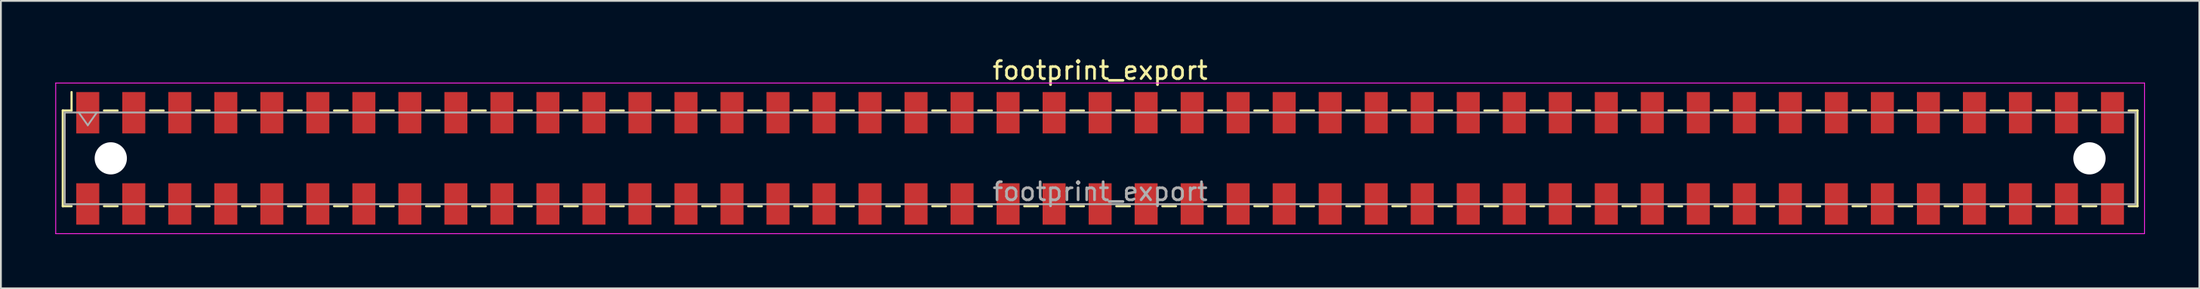
<source format=kicad_pcb>
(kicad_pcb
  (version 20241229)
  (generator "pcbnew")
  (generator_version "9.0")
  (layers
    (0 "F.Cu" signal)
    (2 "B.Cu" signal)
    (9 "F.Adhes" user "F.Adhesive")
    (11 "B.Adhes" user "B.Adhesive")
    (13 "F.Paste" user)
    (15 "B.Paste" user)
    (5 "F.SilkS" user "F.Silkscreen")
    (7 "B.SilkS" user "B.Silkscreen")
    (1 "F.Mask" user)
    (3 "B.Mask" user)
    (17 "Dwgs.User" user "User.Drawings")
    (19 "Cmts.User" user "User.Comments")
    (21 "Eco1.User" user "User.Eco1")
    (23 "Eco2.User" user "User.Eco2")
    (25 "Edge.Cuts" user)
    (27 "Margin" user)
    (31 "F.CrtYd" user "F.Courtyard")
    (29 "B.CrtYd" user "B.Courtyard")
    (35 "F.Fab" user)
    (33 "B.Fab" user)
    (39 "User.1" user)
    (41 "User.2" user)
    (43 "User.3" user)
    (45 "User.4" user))
  (footprint "footprint_export"
    (layer "F.Cu")
    (at 57.675 5.718)
    (property "Reference" "footprint_export" (at 0 -4.87 0) (layer "F.SilkS") (effects (font (size 1 1) (thickness 0.15))))
    (attr smd)
    (fp_line (start -57.26 -2.65) (end -57.26 2.65) (stroke (width 0.12) (type solid)) (layer "F.SilkS"))
    (fp_line (start -57.26 2.65) (end -56.775 2.65) (stroke (width 0.12) (type solid)) (layer "F.SilkS"))
    (fp_line (start -56.775 -3.67) (end -56.775 -2.65) (stroke (width 0.12) (type solid)) (layer "F.SilkS"))
    (fp_line (start -56.775 -2.65) (end -57.26 -2.65) (stroke (width 0.12) (type solid)) (layer "F.SilkS"))
    (fp_line (start -54.985 -2.65) (end -54.235 -2.65) (stroke (width 0.12) (type solid)) (layer "F.SilkS"))
    (fp_line (start -54.985 2.65) (end -54.235 2.65) (stroke (width 0.12) (type solid)) (layer "F.SilkS"))
    (fp_line (start -52.445 -2.65) (end -51.695 -2.65) (stroke (width 0.12) (type solid)) (layer "F.SilkS"))
    (fp_line (start -52.445 2.65) (end -51.695 2.65) (stroke (width 0.12) (type solid)) (layer "F.SilkS"))
    (fp_line (start -49.905 -2.65) (end -49.155 -2.65) (stroke (width 0.12) (type solid)) (layer "F.SilkS"))
    (fp_line (start -49.905 2.65) (end -49.155 2.65) (stroke (width 0.12) (type solid)) (layer "F.SilkS"))
    (fp_line (start -47.365 -2.65) (end -46.615 -2.65) (stroke (width 0.12) (type solid)) (layer "F.SilkS"))
    (fp_line (start -47.365 2.65) (end -46.615 2.65) (stroke (width 0.12) (type solid)) (layer "F.SilkS"))
    (fp_line (start -44.825 -2.65) (end -44.075 -2.65) (stroke (width 0.12) (type solid)) (layer "F.SilkS"))
    (fp_line (start -44.825 2.65) (end -44.075 2.65) (stroke (width 0.12) (type solid)) (layer "F.SilkS"))
    (fp_line (start -42.285 -2.65) (end -41.535 -2.65) (stroke (width 0.12) (type solid)) (layer "F.SilkS"))
    (fp_line (start -42.285 2.65) (end -41.535 2.65) (stroke (width 0.12) (type solid)) (layer "F.SilkS"))
    (fp_line (start -39.745 -2.65) (end -38.995 -2.65) (stroke (width 0.12) (type solid)) (layer "F.SilkS"))
    (fp_line (start -39.745 2.65) (end -38.995 2.65) (stroke (width 0.12) (type solid)) (layer "F.SilkS"))
    (fp_line (start -37.205 -2.65) (end -36.455 -2.65) (stroke (width 0.12) (type solid)) (layer "F.SilkS"))
    (fp_line (start -37.205 2.65) (end -36.455 2.65) (stroke (width 0.12) (type solid)) (layer "F.SilkS"))
    (fp_line (start -34.665 -2.65) (end -33.915 -2.65) (stroke (width 0.12) (type solid)) (layer "F.SilkS"))
    (fp_line (start -34.665 2.65) (end -33.915 2.65) (stroke (width 0.12) (type solid)) (layer "F.SilkS"))
    (fp_line (start -32.125 -2.65) (end -31.375 -2.65) (stroke (width 0.12) (type solid)) (layer "F.SilkS"))
    (fp_line (start -32.125 2.65) (end -31.375 2.65) (stroke (width 0.12) (type solid)) (layer "F.SilkS"))
    (fp_line (start -29.585 -2.65) (end -28.835 -2.65) (stroke (width 0.12) (type solid)) (layer "F.SilkS"))
    (fp_line (start -29.585 2.65) (end -28.835 2.65) (stroke (width 0.12) (type solid)) (layer "F.SilkS"))
    (fp_line (start -27.045 -2.65) (end -26.295 -2.65) (stroke (width 0.12) (type solid)) (layer "F.SilkS"))
    (fp_line (start -27.045 2.65) (end -26.295 2.65) (stroke (width 0.12) (type solid)) (layer "F.SilkS"))
    (fp_line (start -24.505 -2.65) (end -23.755 -2.65) (stroke (width 0.12) (type solid)) (layer "F.SilkS"))
    (fp_line (start -24.505 2.65) (end -23.755 2.65) (stroke (width 0.12) (type solid)) (layer "F.SilkS"))
    (fp_line (start -21.965 -2.65) (end -21.215 -2.65) (stroke (width 0.12) (type solid)) (layer "F.SilkS"))
    (fp_line (start -21.965 2.65) (end -21.215 2.65) (stroke (width 0.12) (type solid)) (layer "F.SilkS"))
    (fp_line (start -19.425 -2.65) (end -18.675 -2.65) (stroke (width 0.12) (type solid)) (layer "F.SilkS"))
    (fp_line (start -19.425 2.65) (end -18.675 2.65) (stroke (width 0.12) (type solid)) (layer "F.SilkS"))
    (fp_line (start -16.885 -2.65) (end -16.135 -2.65) (stroke (width 0.12) (type solid)) (layer "F.SilkS"))
    (fp_line (start -16.885 2.65) (end -16.135 2.65) (stroke (width 0.12) (type solid)) (layer "F.SilkS"))
    (fp_line (start -14.345 -2.65) (end -13.595 -2.65) (stroke (width 0.12) (type solid)) (layer "F.SilkS"))
    (fp_line (start -14.345 2.65) (end -13.595 2.65) (stroke (width 0.12) (type solid)) (layer "F.SilkS"))
    (fp_line (start -11.805 -2.65) (end -11.055 -2.65) (stroke (width 0.12) (type solid)) (layer "F.SilkS"))
    (fp_line (start -11.805 2.65) (end -11.055 2.65) (stroke (width 0.12) (type solid)) (layer "F.SilkS"))
    (fp_line (start -9.265 -2.65) (end -8.515 -2.65) (stroke (width 0.12) (type solid)) (layer "F.SilkS"))
    (fp_line (start -9.265 2.65) (end -8.515 2.65) (stroke (width 0.12) (type solid)) (layer "F.SilkS"))
    (fp_line (start -6.725 -2.65) (end -5.975 -2.65) (stroke (width 0.12) (type solid)) (layer "F.SilkS"))
    (fp_line (start -6.725 2.65) (end -5.975 2.65) (stroke (width 0.12) (type solid)) (layer "F.SilkS"))
    (fp_line (start -4.185 -2.65) (end -3.435 -2.65) (stroke (width 0.12) (type solid)) (layer "F.SilkS"))
    (fp_line (start -4.185 2.65) (end -3.435 2.65) (stroke (width 0.12) (type solid)) (layer "F.SilkS"))
    (fp_line (start -1.645 -2.65) (end -0.895 -2.65) (stroke (width 0.12) (type solid)) (layer "F.SilkS"))
    (fp_line (start -1.645 2.65) (end -0.895 2.65) (stroke (width 0.12) (type solid)) (layer "F.SilkS"))
    (fp_line (start 0.895 -2.65) (end 1.645 -2.65) (stroke (width 0.12) (type solid)) (layer "F.SilkS"))
    (fp_line (start 0.895 2.65) (end 1.645 2.65) (stroke (width 0.12) (type solid)) (layer "F.SilkS"))
    (fp_line (start 3.435 -2.65) (end 4.185 -2.65) (stroke (width 0.12) (type solid)) (layer "F.SilkS"))
    (fp_line (start 3.435 2.65) (end 4.185 2.65) (stroke (width 0.12) (type solid)) (layer "F.SilkS"))
    (fp_line (start 5.975 -2.65) (end 6.725 -2.65) (stroke (width 0.12) (type solid)) (layer "F.SilkS"))
    (fp_line (start 5.975 2.65) (end 6.725 2.65) (stroke (width 0.12) (type solid)) (layer "F.SilkS"))
    (fp_line (start 8.515 -2.65) (end 9.265 -2.65) (stroke (width 0.12) (type solid)) (layer "F.SilkS"))
    (fp_line (start 8.515 2.65) (end 9.265 2.65) (stroke (width 0.12) (type solid)) (layer "F.SilkS"))
    (fp_line (start 11.055 -2.65) (end 11.805 -2.65) (stroke (width 0.12) (type solid)) (layer "F.SilkS"))
    (fp_line (start 11.055 2.65) (end 11.805 2.65) (stroke (width 0.12) (type solid)) (layer "F.SilkS"))
    (fp_line (start 13.595 -2.65) (end 14.345 -2.65) (stroke (width 0.12) (type solid)) (layer "F.SilkS"))
    (fp_line (start 13.595 2.65) (end 14.345 2.65) (stroke (width 0.12) (type solid)) (layer "F.SilkS"))
    (fp_line (start 16.135 -2.65) (end 16.885 -2.65) (stroke (width 0.12) (type solid)) (layer "F.SilkS"))
    (fp_line (start 16.135 2.65) (end 16.885 2.65) (stroke (width 0.12) (type solid)) (layer "F.SilkS"))
    (fp_line (start 18.675 -2.65) (end 19.425 -2.65) (stroke (width 0.12) (type solid)) (layer "F.SilkS"))
    (fp_line (start 18.675 2.65) (end 19.425 2.65) (stroke (width 0.12) (type solid)) (layer "F.SilkS"))
    (fp_line (start 21.215 -2.65) (end 21.965 -2.65) (stroke (width 0.12) (type solid)) (layer "F.SilkS"))
    (fp_line (start 21.215 2.65) (end 21.965 2.65) (stroke (width 0.12) (type solid)) (layer "F.SilkS"))
    (fp_line (start 23.755 -2.65) (end 24.505 -2.65) (stroke (width 0.12) (type solid)) (layer "F.SilkS"))
    (fp_line (start 23.755 2.65) (end 24.505 2.65) (stroke (width 0.12) (type solid)) (layer "F.SilkS"))
    (fp_line (start 26.295 -2.65) (end 27.045 -2.65) (stroke (width 0.12) (type solid)) (layer "F.SilkS"))
    (fp_line (start 26.295 2.65) (end 27.045 2.65) (stroke (width 0.12) (type solid)) (layer "F.SilkS"))
    (fp_line (start 28.835 -2.65) (end 29.585 -2.65) (stroke (width 0.12) (type solid)) (layer "F.SilkS"))
    (fp_line (start 28.835 2.65) (end 29.585 2.65) (stroke (width 0.12) (type solid)) (layer "F.SilkS"))
    (fp_line (start 31.375 -2.65) (end 32.125 -2.65) (stroke (width 0.12) (type solid)) (layer "F.SilkS"))
    (fp_line (start 31.375 2.65) (end 32.125 2.65) (stroke (width 0.12) (type solid)) (layer "F.SilkS"))
    (fp_line (start 33.915 -2.65) (end 34.665 -2.65) (stroke (width 0.12) (type solid)) (layer "F.SilkS"))
    (fp_line (start 33.915 2.65) (end 34.665 2.65) (stroke (width 0.12) (type solid)) (layer "F.SilkS"))
    (fp_line (start 36.455 -2.65) (end 37.205 -2.65) (stroke (width 0.12) (type solid)) (layer "F.SilkS"))
    (fp_line (start 36.455 2.65) (end 37.205 2.65) (stroke (width 0.12) (type solid)) (layer "F.SilkS"))
    (fp_line (start 38.995 -2.65) (end 39.745 -2.65) (stroke (width 0.12) (type solid)) (layer "F.SilkS"))
    (fp_line (start 38.995 2.65) (end 39.745 2.65) (stroke (width 0.12) (type solid)) (layer "F.SilkS"))
    (fp_line (start 41.535 -2.65) (end 42.285 -2.65) (stroke (width 0.12) (type solid)) (layer "F.SilkS"))
    (fp_line (start 41.535 2.65) (end 42.285 2.65) (stroke (width 0.12) (type solid)) (layer "F.SilkS"))
    (fp_line (start 44.075 -2.65) (end 44.825 -2.65) (stroke (width 0.12) (type solid)) (layer "F.SilkS"))
    (fp_line (start 44.075 2.65) (end 44.825 2.65) (stroke (width 0.12) (type solid)) (layer "F.SilkS"))
    (fp_line (start 46.615 -2.65) (end 47.365 -2.65) (stroke (width 0.12) (type solid)) (layer "F.SilkS"))
    (fp_line (start 46.615 2.65) (end 47.365 2.65) (stroke (width 0.12) (type solid)) (layer "F.SilkS"))
    (fp_line (start 49.155 -2.65) (end 49.905 -2.65) (stroke (width 0.12) (type solid)) (layer "F.SilkS"))
    (fp_line (start 49.155 2.65) (end 49.905 2.65) (stroke (width 0.12) (type solid)) (layer "F.SilkS"))
    (fp_line (start 51.695 -2.65) (end 52.445 -2.65) (stroke (width 0.12) (type solid)) (layer "F.SilkS"))
    (fp_line (start 51.695 2.65) (end 52.445 2.65) (stroke (width 0.12) (type solid)) (layer "F.SilkS"))
    (fp_line (start 54.235 -2.65) (end 54.985 -2.65) (stroke (width 0.12) (type solid)) (layer "F.SilkS"))
    (fp_line (start 54.235 2.65) (end 54.985 2.65) (stroke (width 0.12) (type solid)) (layer "F.SilkS"))
    (fp_line (start 56.775 -2.65) (end 57.26 -2.65) (stroke (width 0.12) (type solid)) (layer "F.SilkS"))
    (fp_line (start 57.26 -2.65) (end 57.26 2.65) (stroke (width 0.12) (type solid)) (layer "F.SilkS"))
    (fp_line (start 57.26 2.65) (end 56.775 2.65) (stroke (width 0.12) (type solid)) (layer "F.SilkS"))
    (fp_line (start -57.65 -4.17) (end 57.65 -4.17) (stroke (width 0.05) (type solid)) (layer "F.CrtYd"))
    (fp_line (start -57.65 4.17) (end -57.65 -4.17) (stroke (width 0.05) (type solid)) (layer "F.CrtYd"))
    (fp_line (start 57.65 -4.17) (end 57.65 4.17) (stroke (width 0.05) (type solid)) (layer "F.CrtYd"))
    (fp_line (start 57.65 4.17) (end -57.65 4.17) (stroke (width 0.05) (type solid)) (layer "F.CrtYd"))
    (fp_line (start -57.15 -2.54) (end 57.15 -2.54) (stroke (width 0.1) (type solid)) (layer "F.Fab"))
    (fp_line (start -57.15 2.54) (end -57.15 -2.54) (stroke (width 0.1) (type solid)) (layer "F.Fab"))
    (fp_line (start -56.38 -2.54) (end -55.88 -1.833) (stroke (width 0.1) (type solid)) (layer "F.Fab"))
    (fp_line (start -55.88 -1.833) (end -55.38 -2.54) (stroke (width 0.1) (type solid)) (layer "F.Fab"))
    (fp_line (start 57.15 -2.54) (end 57.15 2.54) (stroke (width 0.1) (type solid)) (layer "F.Fab"))
    (fp_line (start 57.15 2.54) (end -57.15 2.54) (stroke (width 0.1) (type solid)) (layer "F.Fab"))
    (fp_text user "${REFERENCE}" (at 0 1.84 0) (layer "F.Fab") (effects (font (size 1 1) (thickness 0.15))))
    (pad "" np_thru_hole circle (at -54.61 0) (size 1.78 1.78) (drill 1.78) (layers "*.Cu" "*.Mask"))
    (pad "" np_thru_hole circle (at 54.61 0) (size 1.78 1.78) (drill 1.78) (layers "*.Cu" "*.Mask"))
    (pad "1" smd rect (at -55.88 -2.525) (size 1.27 2.29) (layers "F.Cu" "F.Mask" "F.Paste"))
    (pad "2" smd rect (at -55.88 2.525) (size 1.27 2.29) (layers "F.Cu" "F.Mask" "F.Paste"))
    (pad "3" smd rect (at -53.34 -2.525) (size 1.27 2.29) (layers "F.Cu" "F.Mask" "F.Paste"))
    (pad "4" smd rect (at -53.34 2.525) (size 1.27 2.29) (layers "F.Cu" "F.Mask" "F.Paste"))
    (pad "5" smd rect (at -50.8 -2.525) (size 1.27 2.29) (layers "F.Cu" "F.Mask" "F.Paste"))
    (pad "6" smd rect (at -50.8 2.525) (size 1.27 2.29) (layers "F.Cu" "F.Mask" "F.Paste"))
    (pad "7" smd rect (at -48.26 -2.525) (size 1.27 2.29) (layers "F.Cu" "F.Mask" "F.Paste"))
    (pad "8" smd rect (at -48.26 2.525) (size 1.27 2.29) (layers "F.Cu" "F.Mask" "F.Paste"))
    (pad "9" smd rect (at -45.72 -2.525) (size 1.27 2.29) (layers "F.Cu" "F.Mask" "F.Paste"))
    (pad "10" smd rect (at -45.72 2.525) (size 1.27 2.29) (layers "F.Cu" "F.Mask" "F.Paste"))
    (pad "11" smd rect (at -43.18 -2.525) (size 1.27 2.29) (layers "F.Cu" "F.Mask" "F.Paste"))
    (pad "12" smd rect (at -43.18 2.525) (size 1.27 2.29) (layers "F.Cu" "F.Mask" "F.Paste"))
    (pad "13" smd rect (at -40.64 -2.525) (size 1.27 2.29) (layers "F.Cu" "F.Mask" "F.Paste"))
    (pad "14" smd rect (at -40.64 2.525) (size 1.27 2.29) (layers "F.Cu" "F.Mask" "F.Paste"))
    (pad "15" smd rect (at -38.1 -2.525) (size 1.27 2.29) (layers "F.Cu" "F.Mask" "F.Paste"))
    (pad "16" smd rect (at -38.1 2.525) (size 1.27 2.29) (layers "F.Cu" "F.Mask" "F.Paste"))
    (pad "17" smd rect (at -35.56 -2.525) (size 1.27 2.29) (layers "F.Cu" "F.Mask" "F.Paste"))
    (pad "18" smd rect (at -35.56 2.525) (size 1.27 2.29) (layers "F.Cu" "F.Mask" "F.Paste"))
    (pad "19" smd rect (at -33.02 -2.525) (size 1.27 2.29) (layers "F.Cu" "F.Mask" "F.Paste"))
    (pad "20" smd rect (at -33.02 2.525) (size 1.27 2.29) (layers "F.Cu" "F.Mask" "F.Paste"))
    (pad "21" smd rect (at -30.48 -2.525) (size 1.27 2.29) (layers "F.Cu" "F.Mask" "F.Paste"))
    (pad "22" smd rect (at -30.48 2.525) (size 1.27 2.29) (layers "F.Cu" "F.Mask" "F.Paste"))
    (pad "23" smd rect (at -27.94 -2.525) (size 1.27 2.29) (layers "F.Cu" "F.Mask" "F.Paste"))
    (pad "24" smd rect (at -27.94 2.525) (size 1.27 2.29) (layers "F.Cu" "F.Mask" "F.Paste"))
    (pad "25" smd rect (at -25.4 -2.525) (size 1.27 2.29) (layers "F.Cu" "F.Mask" "F.Paste"))
    (pad "26" smd rect (at -25.4 2.525) (size 1.27 2.29) (layers "F.Cu" "F.Mask" "F.Paste"))
    (pad "27" smd rect (at -22.86 -2.525) (size 1.27 2.29) (layers "F.Cu" "F.Mask" "F.Paste"))
    (pad "28" smd rect (at -22.86 2.525) (size 1.27 2.29) (layers "F.Cu" "F.Mask" "F.Paste"))
    (pad "29" smd rect (at -20.32 -2.525) (size 1.27 2.29) (layers "F.Cu" "F.Mask" "F.Paste"))
    (pad "30" smd rect (at -20.32 2.525) (size 1.27 2.29) (layers "F.Cu" "F.Mask" "F.Paste"))
    (pad "31" smd rect (at -17.78 -2.525) (size 1.27 2.29) (layers "F.Cu" "F.Mask" "F.Paste"))
    (pad "32" smd rect (at -17.78 2.525) (size 1.27 2.29) (layers "F.Cu" "F.Mask" "F.Paste"))
    (pad "33" smd rect (at -15.24 -2.525) (size 1.27 2.29) (layers "F.Cu" "F.Mask" "F.Paste"))
    (pad "34" smd rect (at -15.24 2.525) (size 1.27 2.29) (layers "F.Cu" "F.Mask" "F.Paste"))
    (pad "35" smd rect (at -12.7 -2.525) (size 1.27 2.29) (layers "F.Cu" "F.Mask" "F.Paste"))
    (pad "36" smd rect (at -12.7 2.525) (size 1.27 2.29) (layers "F.Cu" "F.Mask" "F.Paste"))
    (pad "37" smd rect (at -10.16 -2.525) (size 1.27 2.29) (layers "F.Cu" "F.Mask" "F.Paste"))
    (pad "38" smd rect (at -10.16 2.525) (size 1.27 2.29) (layers "F.Cu" "F.Mask" "F.Paste"))
    (pad "39" smd rect (at -7.62 -2.525) (size 1.27 2.29) (layers "F.Cu" "F.Mask" "F.Paste"))
    (pad "40" smd rect (at -7.62 2.525) (size 1.27 2.29) (layers "F.Cu" "F.Mask" "F.Paste"))
    (pad "41" smd rect (at -5.08 -2.525) (size 1.27 2.29) (layers "F.Cu" "F.Mask" "F.Paste"))
    (pad "42" smd rect (at -5.08 2.525) (size 1.27 2.29) (layers "F.Cu" "F.Mask" "F.Paste"))
    (pad "43" smd rect (at -2.54 -2.525) (size 1.27 2.29) (layers "F.Cu" "F.Mask" "F.Paste"))
    (pad "44" smd rect (at -2.54 2.525) (size 1.27 2.29) (layers "F.Cu" "F.Mask" "F.Paste"))
    (pad "45" smd rect (at 0 -2.525) (size 1.27 2.29) (layers "F.Cu" "F.Mask" "F.Paste"))
    (pad "46" smd rect (at 0 2.525) (size 1.27 2.29) (layers "F.Cu" "F.Mask" "F.Paste"))
    (pad "47" smd rect (at 2.54 -2.525) (size 1.27 2.29) (layers "F.Cu" "F.Mask" "F.Paste"))
    (pad "48" smd rect (at 2.54 2.525) (size 1.27 2.29) (layers "F.Cu" "F.Mask" "F.Paste"))
    (pad "49" smd rect (at 5.08 -2.525) (size 1.27 2.29) (layers "F.Cu" "F.Mask" "F.Paste"))
    (pad "50" smd rect (at 5.08 2.525) (size 1.27 2.29) (layers "F.Cu" "F.Mask" "F.Paste"))
    (pad "51" smd rect (at 7.62 -2.525) (size 1.27 2.29) (layers "F.Cu" "F.Mask" "F.Paste"))
    (pad "52" smd rect (at 7.62 2.525) (size 1.27 2.29) (layers "F.Cu" "F.Mask" "F.Paste"))
    (pad "53" smd rect (at 10.16 -2.525) (size 1.27 2.29) (layers "F.Cu" "F.Mask" "F.Paste"))
    (pad "54" smd rect (at 10.16 2.525) (size 1.27 2.29) (layers "F.Cu" "F.Mask" "F.Paste"))
    (pad "55" smd rect (at 12.7 -2.525) (size 1.27 2.29) (layers "F.Cu" "F.Mask" "F.Paste"))
    (pad "56" smd rect (at 12.7 2.525) (size 1.27 2.29) (layers "F.Cu" "F.Mask" "F.Paste"))
    (pad "57" smd rect (at 15.24 -2.525) (size 1.27 2.29) (layers "F.Cu" "F.Mask" "F.Paste"))
    (pad "58" smd rect (at 15.24 2.525) (size 1.27 2.29) (layers "F.Cu" "F.Mask" "F.Paste"))
    (pad "59" smd rect (at 17.78 -2.525) (size 1.27 2.29) (layers "F.Cu" "F.Mask" "F.Paste"))
    (pad "60" smd rect (at 17.78 2.525) (size 1.27 2.29) (layers "F.Cu" "F.Mask" "F.Paste"))
    (pad "61" smd rect (at 20.32 -2.525) (size 1.27 2.29) (layers "F.Cu" "F.Mask" "F.Paste"))
    (pad "62" smd rect (at 20.32 2.525) (size 1.27 2.29) (layers "F.Cu" "F.Mask" "F.Paste"))
    (pad "63" smd rect (at 22.86 -2.525) (size 1.27 2.29) (layers "F.Cu" "F.Mask" "F.Paste"))
    (pad "64" smd rect (at 22.86 2.525) (size 1.27 2.29) (layers "F.Cu" "F.Mask" "F.Paste"))
    (pad "65" smd rect (at 25.4 -2.525) (size 1.27 2.29) (layers "F.Cu" "F.Mask" "F.Paste"))
    (pad "66" smd rect (at 25.4 2.525) (size 1.27 2.29) (layers "F.Cu" "F.Mask" "F.Paste"))
    (pad "67" smd rect (at 27.94 -2.525) (size 1.27 2.29) (layers "F.Cu" "F.Mask" "F.Paste"))
    (pad "68" smd rect (at 27.94 2.525) (size 1.27 2.29) (layers "F.Cu" "F.Mask" "F.Paste"))
    (pad "69" smd rect (at 30.48 -2.525) (size 1.27 2.29) (layers "F.Cu" "F.Mask" "F.Paste"))
    (pad "70" smd rect (at 30.48 2.525) (size 1.27 2.29) (layers "F.Cu" "F.Mask" "F.Paste"))
    (pad "71" smd rect (at 33.02 -2.525) (size 1.27 2.29) (layers "F.Cu" "F.Mask" "F.Paste"))
    (pad "72" smd rect (at 33.02 2.525) (size 1.27 2.29) (layers "F.Cu" "F.Mask" "F.Paste"))
    (pad "73" smd rect (at 35.56 -2.525) (size 1.27 2.29) (layers "F.Cu" "F.Mask" "F.Paste"))
    (pad "74" smd rect (at 35.56 2.525) (size 1.27 2.29) (layers "F.Cu" "F.Mask" "F.Paste"))
    (pad "75" smd rect (at 38.1 -2.525) (size 1.27 2.29) (layers "F.Cu" "F.Mask" "F.Paste"))
    (pad "76" smd rect (at 38.1 2.525) (size 1.27 2.29) (layers "F.Cu" "F.Mask" "F.Paste"))
    (pad "77" smd rect (at 40.64 -2.525) (size 1.27 2.29) (layers "F.Cu" "F.Mask" "F.Paste"))
    (pad "78" smd rect (at 40.64 2.525) (size 1.27 2.29) (layers "F.Cu" "F.Mask" "F.Paste"))
    (pad "79" smd rect (at 43.18 -2.525) (size 1.27 2.29) (layers "F.Cu" "F.Mask" "F.Paste"))
    (pad "80" smd rect (at 43.18 2.525) (size 1.27 2.29) (layers "F.Cu" "F.Mask" "F.Paste"))
    (pad "81" smd rect (at 45.72 -2.525) (size 1.27 2.29) (layers "F.Cu" "F.Mask" "F.Paste"))
    (pad "82" smd rect (at 45.72 2.525) (size 1.27 2.29) (layers "F.Cu" "F.Mask" "F.Paste"))
    (pad "83" smd rect (at 48.26 -2.525) (size 1.27 2.29) (layers "F.Cu" "F.Mask" "F.Paste"))
    (pad "84" smd rect (at 48.26 2.525) (size 1.27 2.29) (layers "F.Cu" "F.Mask" "F.Paste"))
    (pad "85" smd rect (at 50.8 -2.525) (size 1.27 2.29) (layers "F.Cu" "F.Mask" "F.Paste"))
    (pad "86" smd rect (at 50.8 2.525) (size 1.27 2.29) (layers "F.Cu" "F.Mask" "F.Paste"))
    (pad "87" smd rect (at 53.34 -2.525) (size 1.27 2.29) (layers "F.Cu" "F.Mask" "F.Paste"))
    (pad "88" smd rect (at 53.34 2.525) (size 1.27 2.29) (layers "F.Cu" "F.Mask" "F.Paste"))
    (pad "89" smd rect (at 55.88 -2.525) (size 1.27 2.29) (layers "F.Cu" "F.Mask" "F.Paste"))
    (pad "90" smd rect (at 55.88 2.525) (size 1.27 2.29) (layers "F.Cu" "F.Mask" "F.Paste")))
  (gr_rect
    (start -3 -3)
    (end 118.35 12.913)
    (stroke (width 0.1) (type default))
    (fill no)
    (layer "Edge.Cuts")))
</source>
